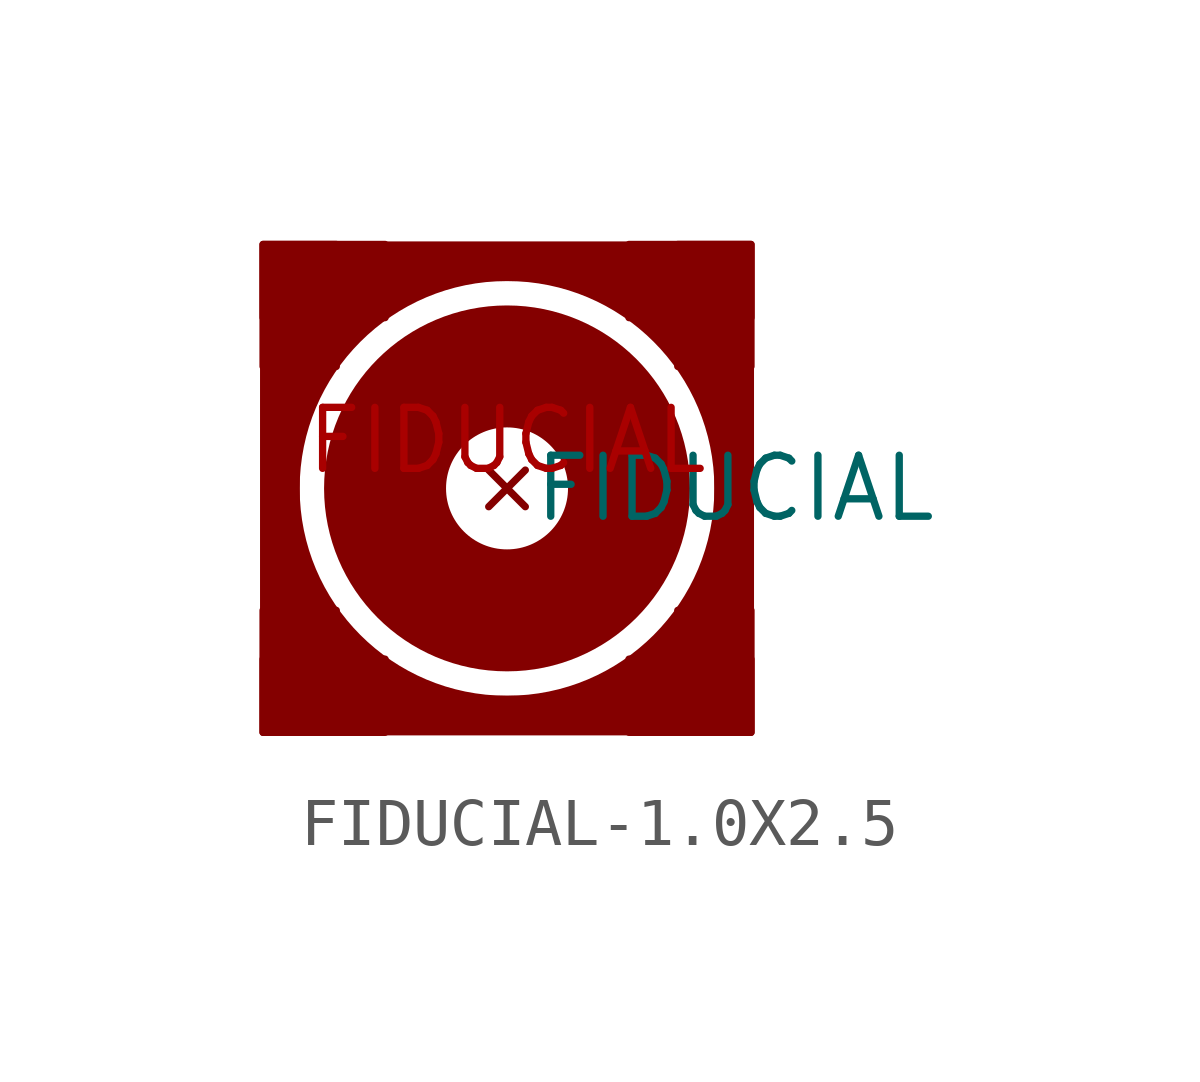
<source format=kicad_sym>
(kicad_symbol_lib
  (version 20220914)
  (generator kicad_symbol_editor)
  (symbol "FIDUCIAL-1.0X2.5"
    (property "Reference" "FIDUCIAL"
      (at 0 0 0)
      (effects (font (size 1.27 1.27)) hide))
    (property "ki_locked" ""
      (at 0 0 0)
      (effects (font (size 1.27 1.27))))
    (symbol "FIDUCIAL-1.0X2.5_1_0"
      (rectangle (start -5.08 -5.08) (end -3.556 -2.54) (stroke (width 0) (type default)) (fill (type outline)))
      (rectangle (start -5.08 -5.08) (end -2.54 -3.556) (stroke (width 0) (type default)) (fill (type outline)))
      (rectangle (start -5.08 2.54) (end -3.556 5.08) (stroke (width 0) (type default)) (fill (type outline)))
      (rectangle (start -5.08 3.556) (end -2.54 5.08) (stroke (width 0) (type default)) (fill (type outline)))
      (polyline (pts (xy -5.08 -5.08) (xy -5.08 5.08)) (stroke (width 0.127) (type solid)) (fill (type none)))
      (polyline (pts (xy -5.08 -5.08) (xy 5.08 -5.08)) (stroke (width 0.127) (type solid)) (fill (type none)))
      (polyline (pts (xy -5.08 5.08) (xy 5.08 5.08)) (stroke (width 0.127) (type solid)) (fill (type none)))
      (polyline (pts (xy -4.699 2.54) (xy -4.699 -2.54)) (stroke (width 0.762) (type solid)) (fill (type none)))
      (polyline (pts (xy -2.54 -4.699) (xy 2.54 -4.699)) (stroke (width 0.762) (type solid)) (fill (type none)))
      (polyline (pts (xy -2.54 4.699) (xy 2.54 4.699)) (stroke (width 0.762) (type solid)) (fill (type none)))
      (polyline (pts (xy 4.699 -2.54) (xy 4.699 2.54)) (stroke (width 0.762) (type solid)) (fill (type none)))
      (polyline (pts (xy 5.08 5.08) (xy 5.08 -5.08)) (stroke (width 0.127) (type solid)) (fill (type none)))
      (circle (center 0 0) (radius 2.54) (stroke (width 2.54) (type solid)) (fill (type none)))
      (circle (center 0 0) (radius 4.699) (stroke (width 0.762) (type solid)) (fill (type none)))
      (rectangle (start 2.54 -5.08) (end 5.08 -3.556) (stroke (width 0) (type default)) (fill (type outline)))
      (rectangle (start 2.54 3.556) (end 5.08 5.08) (stroke (width 0) (type default)) (fill (type outline)))
      (rectangle (start 3.556 -5.08) (end 5.08 -2.54) (stroke (width 0) (type default)) (fill (type outline)))
      (rectangle (start 3.556 2.54) (end 5.08 5.08) (stroke (width 0) (type default)) (fill (type outline)))
      (pin no_connect line (at 0 0 0) (length 0) (name "FIDUCIAL" (effects (font (size 1.27 1.27)))) (number "FIDUCIAL" (effects (font (size 1.27 1.27))))))))
</source>
